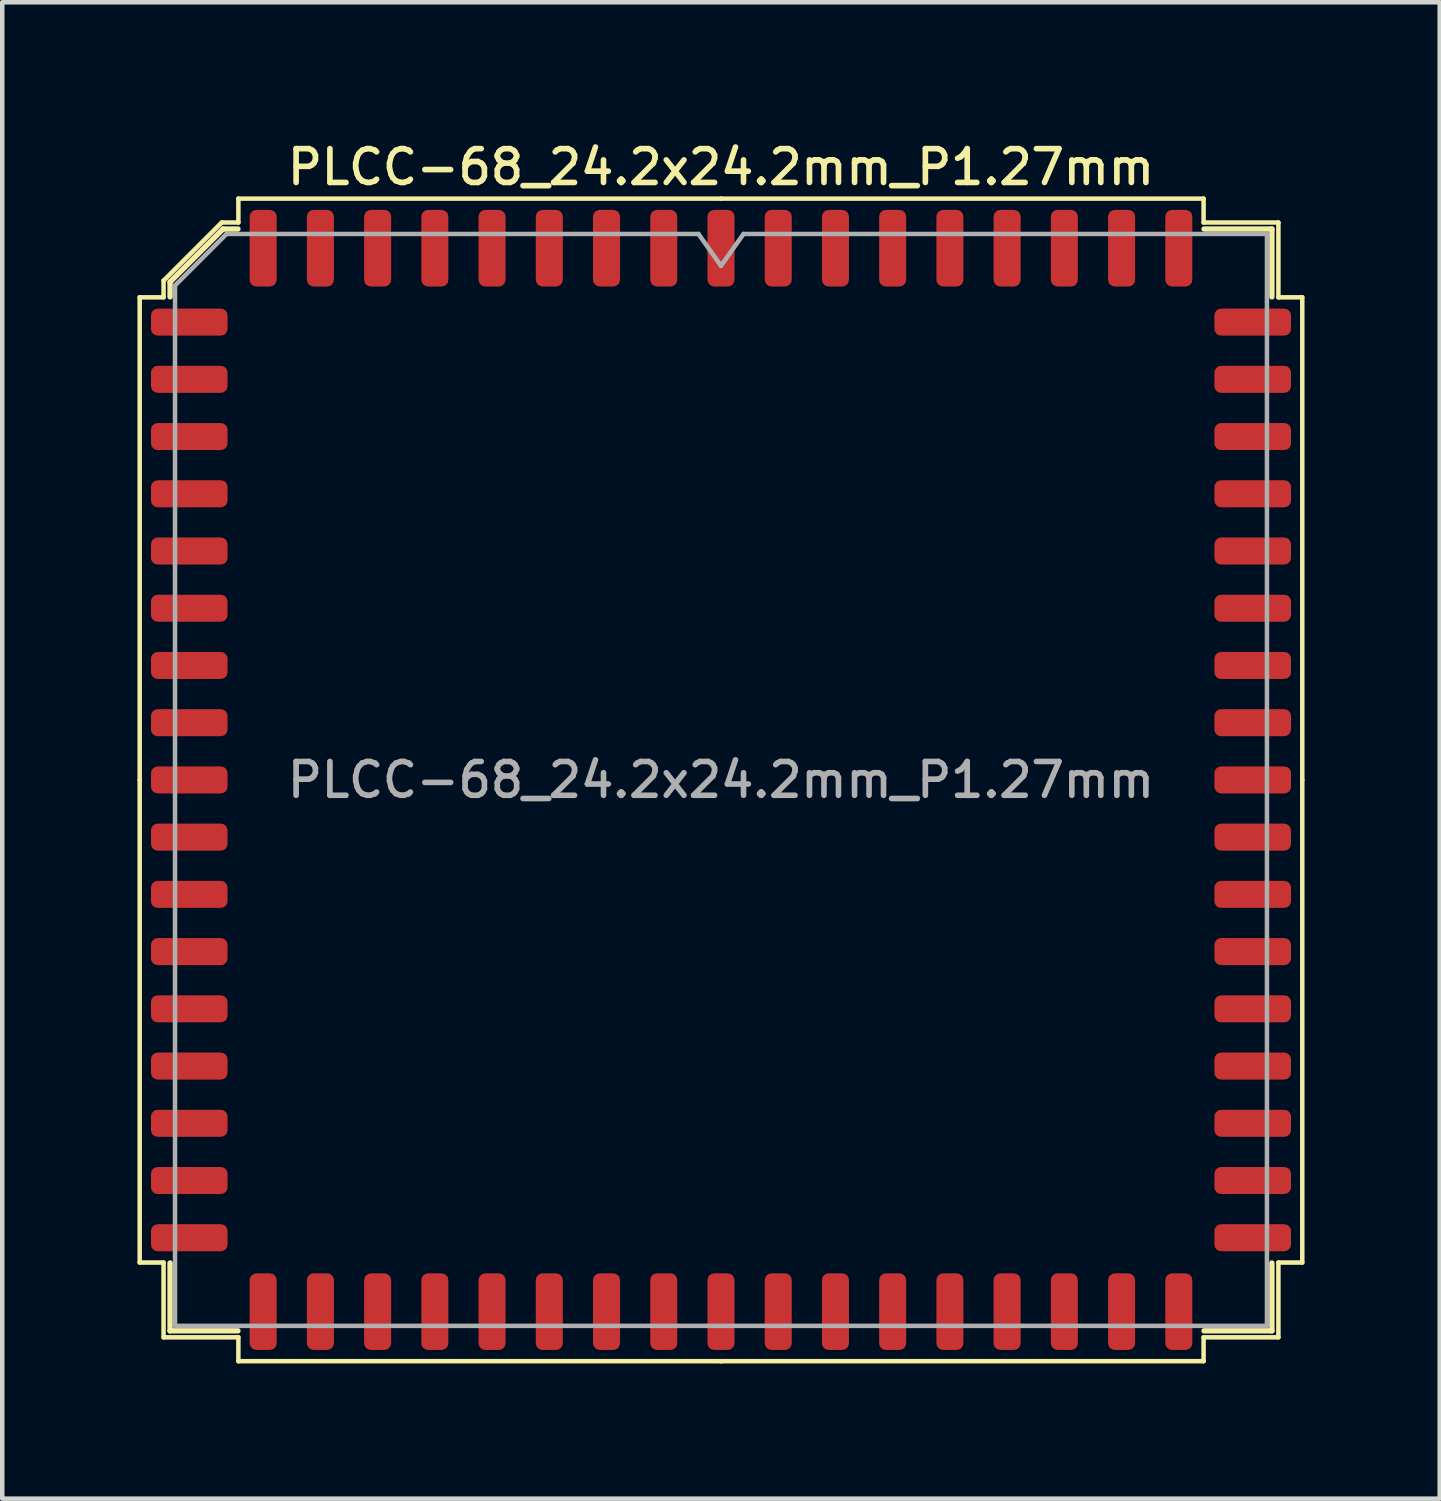
<source format=kicad_pcb>
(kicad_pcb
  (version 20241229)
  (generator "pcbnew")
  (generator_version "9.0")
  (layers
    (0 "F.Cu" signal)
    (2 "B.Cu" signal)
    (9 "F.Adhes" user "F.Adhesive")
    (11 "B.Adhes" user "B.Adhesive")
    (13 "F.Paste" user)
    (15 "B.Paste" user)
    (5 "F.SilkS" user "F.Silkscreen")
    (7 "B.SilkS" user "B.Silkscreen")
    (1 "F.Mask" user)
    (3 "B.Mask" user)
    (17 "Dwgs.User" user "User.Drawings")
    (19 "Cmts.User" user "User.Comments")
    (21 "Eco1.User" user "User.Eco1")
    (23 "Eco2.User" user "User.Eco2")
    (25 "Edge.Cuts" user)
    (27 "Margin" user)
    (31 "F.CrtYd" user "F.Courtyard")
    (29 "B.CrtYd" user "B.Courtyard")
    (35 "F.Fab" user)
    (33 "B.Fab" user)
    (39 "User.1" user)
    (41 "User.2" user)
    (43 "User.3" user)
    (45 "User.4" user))
  (footprint "PLCC-68_24.2x24.2mm_P1.27mm"
    (layer "F.Cu")
    (at 12.95 14.258)
    (property "Reference" "PLCC-68_24.2x24.2mm_P1.27mm" (at 0 -13.6 0) (layer "F.SilkS") (effects (font (size 0.75 0.75) (thickness 0.125))))
    (attr smd)
    (fp_line (start -12.9 -10.71) (end -12.9 0) (stroke (width 0.1) (type solid)) (layer "F.SilkS"))
    (fp_line (start -12.9 10.71) (end -12.9 0) (stroke (width 0.1) (type solid)) (layer "F.SilkS"))
    (fp_line (start -12.37 -11.08) (end -12.37 -10.71) (stroke (width 0.1) (type solid)) (layer "F.SilkS"))
    (fp_line (start -12.37 -10.71) (end -12.9 -10.71) (stroke (width 0.1) (type solid)) (layer "F.SilkS"))
    (fp_line (start -12.37 10.71) (end -12.9 10.71) (stroke (width 0.1) (type solid)) (layer "F.SilkS"))
    (fp_line (start -12.37 12.37) (end -12.37 10.71) (stroke (width 0.1) (type solid)) (layer "F.SilkS"))
    (fp_line (start -12.226 -11.051) (end -12.226 -10.72) (stroke (width 0.12) (type solid)) (layer "F.SilkS"))
    (fp_line (start -12.226 12.226) (end -12.226 10.72) (stroke (width 0.12) (type solid)) (layer "F.SilkS"))
    (fp_line (start -11.08 -12.37) (end -12.37 -11.08) (stroke (width 0.1) (type solid)) (layer "F.SilkS"))
    (fp_line (start -11.051 -12.226) (end -12.226 -11.051) (stroke (width 0.12) (type solid)) (layer "F.SilkS"))
    (fp_line (start -10.72 -12.226) (end -11.051 -12.226) (stroke (width 0.12) (type solid)) (layer "F.SilkS"))
    (fp_line (start -10.72 12.226) (end -12.226 12.226) (stroke (width 0.12) (type solid)) (layer "F.SilkS"))
    (fp_line (start -10.71 -12.9) (end -10.71 -12.37) (stroke (width 0.1) (type solid)) (layer "F.SilkS"))
    (fp_line (start -10.71 -12.37) (end -11.08 -12.37) (stroke (width 0.1) (type solid)) (layer "F.SilkS"))
    (fp_line (start -10.71 12.37) (end -12.37 12.37) (stroke (width 0.1) (type solid)) (layer "F.SilkS"))
    (fp_line (start -10.71 12.9) (end -10.71 12.37) (stroke (width 0.1) (type solid)) (layer "F.SilkS"))
    (fp_line (start 0 -12.9) (end -10.71 -12.9) (stroke (width 0.1) (type solid)) (layer "F.SilkS"))
    (fp_line (start 0 -12.9) (end 10.71 -12.9) (stroke (width 0.1) (type solid)) (layer "F.SilkS"))
    (fp_line (start 0 12.9) (end -10.71 12.9) (stroke (width 0.1) (type solid)) (layer "F.SilkS"))
    (fp_line (start 0 12.9) (end 10.71 12.9) (stroke (width 0.1) (type solid)) (layer "F.SilkS"))
    (fp_line (start 10.71 -12.9) (end 10.71 -12.37) (stroke (width 0.1) (type solid)) (layer "F.SilkS"))
    (fp_line (start 10.71 -12.37) (end 12.37 -12.37) (stroke (width 0.1) (type solid)) (layer "F.SilkS"))
    (fp_line (start 10.71 12.37) (end 12.37 12.37) (stroke (width 0.1) (type solid)) (layer "F.SilkS"))
    (fp_line (start 10.71 12.9) (end 10.71 12.37) (stroke (width 0.1) (type solid)) (layer "F.SilkS"))
    (fp_line (start 10.72 -12.226) (end 12.226 -12.226) (stroke (width 0.12) (type solid)) (layer "F.SilkS"))
    (fp_line (start 10.72 12.226) (end 12.226 12.226) (stroke (width 0.12) (type solid)) (layer "F.SilkS"))
    (fp_line (start 12.226 -12.226) (end 12.226 -10.72) (stroke (width 0.12) (type solid)) (layer "F.SilkS"))
    (fp_line (start 12.226 12.226) (end 12.226 10.72) (stroke (width 0.12) (type solid)) (layer "F.SilkS"))
    (fp_line (start 12.37 -12.37) (end 12.37 -10.71) (stroke (width 0.1) (type solid)) (layer "F.SilkS"))
    (fp_line (start 12.37 -10.71) (end 12.9 -10.71) (stroke (width 0.1) (type solid)) (layer "F.SilkS"))
    (fp_line (start 12.37 10.71) (end 12.9 10.71) (stroke (width 0.1) (type solid)) (layer "F.SilkS"))
    (fp_line (start 12.37 12.37) (end 12.37 10.71) (stroke (width 0.1) (type solid)) (layer "F.SilkS"))
    (fp_line (start 12.9 -10.71) (end 12.9 0) (stroke (width 0.1) (type solid)) (layer "F.SilkS"))
    (fp_line (start 12.9 10.71) (end 12.9 0) (stroke (width 0.1) (type solid)) (layer "F.SilkS"))
    (fp_line (start -12.116 -10.973) (end -10.973 -12.116) (stroke (width 0.1) (type solid)) (layer "F.Fab"))
    (fp_line (start -12.116 12.116) (end -12.116 -10.973) (stroke (width 0.1) (type solid)) (layer "F.Fab"))
    (fp_line (start -10.973 -12.116) (end -0.5 -12.116) (stroke (width 0.1) (type solid)) (layer "F.Fab"))
    (fp_line (start -0.5 -12.116) (end 0 -11.409) (stroke (width 0.1) (type solid)) (layer "F.Fab"))
    (fp_line (start 0 -11.409) (end 0.5 -12.116) (stroke (width 0.1) (type solid)) (layer "F.Fab"))
    (fp_line (start 0.5 -12.116) (end 12.116 -12.116) (stroke (width 0.1) (type solid)) (layer "F.Fab"))
    (fp_line (start 12.116 -12.116) (end 12.116 12.116) (stroke (width 0.1) (type solid)) (layer "F.Fab"))
    (fp_line (start 12.116 12.116) (end -12.116 12.116) (stroke (width 0.1) (type solid)) (layer "F.Fab"))
    (fp_text user "${REFERENCE}" (at 0 0 0) (layer "F.Fab") (effects (font (size 0.75 0.75) (thickness 0.125))))
    (pad "1" smd roundrect (at 0 -11.8) (size 0.6 1.7) (layers "F.Cu" "F.Mask" "F.Paste") (roundrect_rratio 0.25))
    (pad "2" smd roundrect (at -1.27 -11.8) (size 0.6 1.7) (layers "F.Cu" "F.Mask" "F.Paste") (roundrect_rratio 0.25))
    (pad "3" smd roundrect (at -2.54 -11.8) (size 0.6 1.7) (layers "F.Cu" "F.Mask" "F.Paste") (roundrect_rratio 0.25))
    (pad "4" smd roundrect (at -3.81 -11.8) (size 0.6 1.7) (layers "F.Cu" "F.Mask" "F.Paste") (roundrect_rratio 0.25))
    (pad "5" smd roundrect (at -5.08 -11.8) (size 0.6 1.7) (layers "F.Cu" "F.Mask" "F.Paste") (roundrect_rratio 0.25))
    (pad "6" smd roundrect (at -6.35 -11.8) (size 0.6 1.7) (layers "F.Cu" "F.Mask" "F.Paste") (roundrect_rratio 0.25))
    (pad "7" smd roundrect (at -7.62 -11.8) (size 0.6 1.7) (layers "F.Cu" "F.Mask" "F.Paste") (roundrect_rratio 0.25))
    (pad "8" smd roundrect (at -8.89 -11.8) (size 0.6 1.7) (layers "F.Cu" "F.Mask" "F.Paste") (roundrect_rratio 0.25))
    (pad "9" smd roundrect (at -10.16 -11.8) (size 0.6 1.7) (layers "F.Cu" "F.Mask" "F.Paste") (roundrect_rratio 0.25))
    (pad "10" smd roundrect (at -11.8 -10.16) (size 1.7 0.6) (layers "F.Cu" "F.Mask" "F.Paste") (roundrect_rratio 0.25))
    (pad "11" smd roundrect (at -11.8 -8.89) (size 1.7 0.6) (layers "F.Cu" "F.Mask" "F.Paste") (roundrect_rratio 0.25))
    (pad "12" smd roundrect (at -11.8 -7.62) (size 1.7 0.6) (layers "F.Cu" "F.Mask" "F.Paste") (roundrect_rratio 0.25))
    (pad "13" smd roundrect (at -11.8 -6.35) (size 1.7 0.6) (layers "F.Cu" "F.Mask" "F.Paste") (roundrect_rratio 0.25))
    (pad "14" smd roundrect (at -11.8 -5.08) (size 1.7 0.6) (layers "F.Cu" "F.Mask" "F.Paste") (roundrect_rratio 0.25))
    (pad "15" smd roundrect (at -11.8 -3.81) (size 1.7 0.6) (layers "F.Cu" "F.Mask" "F.Paste") (roundrect_rratio 0.25))
    (pad "16" smd roundrect (at -11.8 -2.54) (size 1.7 0.6) (layers "F.Cu" "F.Mask" "F.Paste") (roundrect_rratio 0.25))
    (pad "17" smd roundrect (at -11.8 -1.27) (size 1.7 0.6) (layers "F.Cu" "F.Mask" "F.Paste") (roundrect_rratio 0.25))
    (pad "18" smd roundrect (at -11.8 0) (size 1.7 0.6) (layers "F.Cu" "F.Mask" "F.Paste") (roundrect_rratio 0.25))
    (pad "19" smd roundrect (at -11.8 1.27) (size 1.7 0.6) (layers "F.Cu" "F.Mask" "F.Paste") (roundrect_rratio 0.25))
    (pad "20" smd roundrect (at -11.8 2.54) (size 1.7 0.6) (layers "F.Cu" "F.Mask" "F.Paste") (roundrect_rratio 0.25))
    (pad "21" smd roundrect (at -11.8 3.81) (size 1.7 0.6) (layers "F.Cu" "F.Mask" "F.Paste") (roundrect_rratio 0.25))
    (pad "22" smd roundrect (at -11.8 5.08) (size 1.7 0.6) (layers "F.Cu" "F.Mask" "F.Paste") (roundrect_rratio 0.25))
    (pad "23" smd roundrect (at -11.8 6.35) (size 1.7 0.6) (layers "F.Cu" "F.Mask" "F.Paste") (roundrect_rratio 0.25))
    (pad "24" smd roundrect (at -11.8 7.62) (size 1.7 0.6) (layers "F.Cu" "F.Mask" "F.Paste") (roundrect_rratio 0.25))
    (pad "25" smd roundrect (at -11.8 8.89) (size 1.7 0.6) (layers "F.Cu" "F.Mask" "F.Paste") (roundrect_rratio 0.25))
    (pad "26" smd roundrect (at -11.8 10.16) (size 1.7 0.6) (layers "F.Cu" "F.Mask" "F.Paste") (roundrect_rratio 0.25))
    (pad "27" smd roundrect (at -10.16 11.8) (size 0.6 1.7) (layers "F.Cu" "F.Mask" "F.Paste") (roundrect_rratio 0.25))
    (pad "28" smd roundrect (at -8.89 11.8) (size 0.6 1.7) (layers "F.Cu" "F.Mask" "F.Paste") (roundrect_rratio 0.25))
    (pad "29" smd roundrect (at -7.62 11.8) (size 0.6 1.7) (layers "F.Cu" "F.Mask" "F.Paste") (roundrect_rratio 0.25))
    (pad "30" smd roundrect (at -6.35 11.8) (size 0.6 1.7) (layers "F.Cu" "F.Mask" "F.Paste") (roundrect_rratio 0.25))
    (pad "31" smd roundrect (at -5.08 11.8) (size 0.6 1.7) (layers "F.Cu" "F.Mask" "F.Paste") (roundrect_rratio 0.25))
    (pad "32" smd roundrect (at -3.81 11.8) (size 0.6 1.7) (layers "F.Cu" "F.Mask" "F.Paste") (roundrect_rratio 0.25))
    (pad "33" smd roundrect (at -2.54 11.8) (size 0.6 1.7) (layers "F.Cu" "F.Mask" "F.Paste") (roundrect_rratio 0.25))
    (pad "34" smd roundrect (at -1.27 11.8) (size 0.6 1.7) (layers "F.Cu" "F.Mask" "F.Paste") (roundrect_rratio 0.25))
    (pad "35" smd roundrect (at 0 11.8) (size 0.6 1.7) (layers "F.Cu" "F.Mask" "F.Paste") (roundrect_rratio 0.25))
    (pad "36" smd roundrect (at 1.27 11.8) (size 0.6 1.7) (layers "F.Cu" "F.Mask" "F.Paste") (roundrect_rratio 0.25))
    (pad "37" smd roundrect (at 2.54 11.8) (size 0.6 1.7) (layers "F.Cu" "F.Mask" "F.Paste") (roundrect_rratio 0.25))
    (pad "38" smd roundrect (at 3.81 11.8) (size 0.6 1.7) (layers "F.Cu" "F.Mask" "F.Paste") (roundrect_rratio 0.25))
    (pad "39" smd roundrect (at 5.08 11.8) (size 0.6 1.7) (layers "F.Cu" "F.Mask" "F.Paste") (roundrect_rratio 0.25))
    (pad "40" smd roundrect (at 6.35 11.8) (size 0.6 1.7) (layers "F.Cu" "F.Mask" "F.Paste") (roundrect_rratio 0.25))
    (pad "41" smd roundrect (at 7.62 11.8) (size 0.6 1.7) (layers "F.Cu" "F.Mask" "F.Paste") (roundrect_rratio 0.25))
    (pad "42" smd roundrect (at 8.89 11.8) (size 0.6 1.7) (layers "F.Cu" "F.Mask" "F.Paste") (roundrect_rratio 0.25))
    (pad "43" smd roundrect (at 10.16 11.8) (size 0.6 1.7) (layers "F.Cu" "F.Mask" "F.Paste") (roundrect_rratio 0.25))
    (pad "44" smd roundrect (at 11.8 10.16) (size 1.7 0.6) (layers "F.Cu" "F.Mask" "F.Paste") (roundrect_rratio 0.25))
    (pad "45" smd roundrect (at 11.8 8.89) (size 1.7 0.6) (layers "F.Cu" "F.Mask" "F.Paste") (roundrect_rratio 0.25))
    (pad "46" smd roundrect (at 11.8 7.62) (size 1.7 0.6) (layers "F.Cu" "F.Mask" "F.Paste") (roundrect_rratio 0.25))
    (pad "47" smd roundrect (at 11.8 6.35) (size 1.7 0.6) (layers "F.Cu" "F.Mask" "F.Paste") (roundrect_rratio 0.25))
    (pad "48" smd roundrect (at 11.8 5.08) (size 1.7 0.6) (layers "F.Cu" "F.Mask" "F.Paste") (roundrect_rratio 0.25))
    (pad "49" smd roundrect (at 11.8 3.81) (size 1.7 0.6) (layers "F.Cu" "F.Mask" "F.Paste") (roundrect_rratio 0.25))
    (pad "50" smd roundrect (at 11.8 2.54) (size 1.7 0.6) (layers "F.Cu" "F.Mask" "F.Paste") (roundrect_rratio 0.25))
    (pad "51" smd roundrect (at 11.8 1.27) (size 1.7 0.6) (layers "F.Cu" "F.Mask" "F.Paste") (roundrect_rratio 0.25))
    (pad "52" smd roundrect (at 11.8 0) (size 1.7 0.6) (layers "F.Cu" "F.Mask" "F.Paste") (roundrect_rratio 0.25))
    (pad "53" smd roundrect (at 11.8 -1.27) (size 1.7 0.6) (layers "F.Cu" "F.Mask" "F.Paste") (roundrect_rratio 0.25))
    (pad "54" smd roundrect (at 11.8 -2.54) (size 1.7 0.6) (layers "F.Cu" "F.Mask" "F.Paste") (roundrect_rratio 0.25))
    (pad "55" smd roundrect (at 11.8 -3.81) (size 1.7 0.6) (layers "F.Cu" "F.Mask" "F.Paste") (roundrect_rratio 0.25))
    (pad "56" smd roundrect (at 11.8 -5.08) (size 1.7 0.6) (layers "F.Cu" "F.Mask" "F.Paste") (roundrect_rratio 0.25))
    (pad "57" smd roundrect (at 11.8 -6.35) (size 1.7 0.6) (layers "F.Cu" "F.Mask" "F.Paste") (roundrect_rratio 0.25))
    (pad "58" smd roundrect (at 11.8 -7.62) (size 1.7 0.6) (layers "F.Cu" "F.Mask" "F.Paste") (roundrect_rratio 0.25))
    (pad "59" smd roundrect (at 11.8 -8.89) (size 1.7 0.6) (layers "F.Cu" "F.Mask" "F.Paste") (roundrect_rratio 0.25))
    (pad "60" smd roundrect (at 11.8 -10.16) (size 1.7 0.6) (layers "F.Cu" "F.Mask" "F.Paste") (roundrect_rratio 0.25))
    (pad "61" smd roundrect (at 10.16 -11.8) (size 0.6 1.7) (layers "F.Cu" "F.Mask" "F.Paste") (roundrect_rratio 0.25))
    (pad "62" smd roundrect (at 8.89 -11.8) (size 0.6 1.7) (layers "F.Cu" "F.Mask" "F.Paste") (roundrect_rratio 0.25))
    (pad "63" smd roundrect (at 7.62 -11.8) (size 0.6 1.7) (layers "F.Cu" "F.Mask" "F.Paste") (roundrect_rratio 0.25))
    (pad "64" smd roundrect (at 6.35 -11.8) (size 0.6 1.7) (layers "F.Cu" "F.Mask" "F.Paste") (roundrect_rratio 0.25))
    (pad "65" smd roundrect (at 5.08 -11.8) (size 0.6 1.7) (layers "F.Cu" "F.Mask" "F.Paste") (roundrect_rratio 0.25))
    (pad "66" smd roundrect (at 3.81 -11.8) (size 0.6 1.7) (layers "F.Cu" "F.Mask" "F.Paste") (roundrect_rratio 0.25))
    (pad "67" smd roundrect (at 2.54 -11.8) (size 0.6 1.7) (layers "F.Cu" "F.Mask" "F.Paste") (roundrect_rratio 0.25))
    (pad "68" smd roundrect (at 1.27 -11.8) (size 0.6 1.7) (layers "F.Cu" "F.Mask" "F.Paste") (roundrect_rratio 0.25)))
  (gr_rect
    (start -3 -3)
    (end 28.9 30.208)
    (stroke (width 0.1) (type default))
    (fill no)
    (layer "Edge.Cuts")))
</source>
